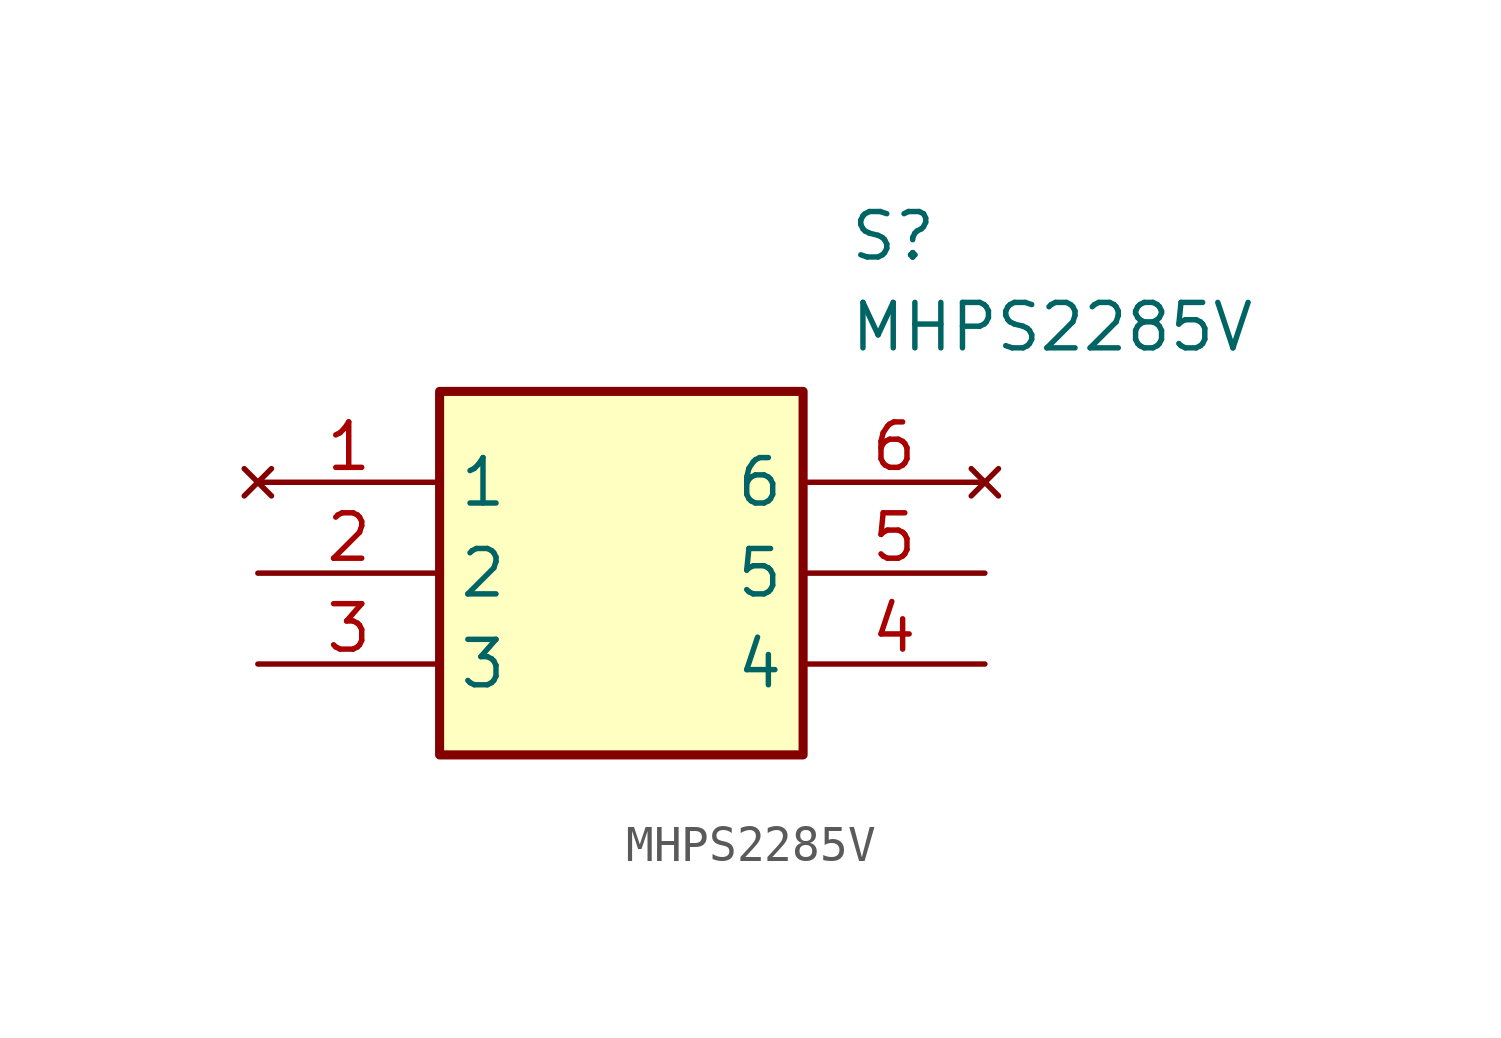
<source format=kicad_sym>
(kicad_symbol_lib
  (version 20241209)
  (generator "kicad_symbol_editor")
  (generator_version "9.0")
  (symbol "MHPS2285V"
    (property "Reference" "S"
      (at 16.51 7.62 0)
      (effects (font (size 1.27 1.27)) (justify left top)))
    (property "Value" "MHPS2285V"
      (at 16.51 5.08 0)
      (effects (font (size 1.27 1.27)) (justify left top)))
    (symbol "MHPS2285V_1_1"
      (rectangle (start 5.08 2.54) (end 15.24 -7.62) (stroke (width 0.254) (type default)) (fill (type background)))
      (pin no_connect line (at 0 0 0) (length 5.08) (name "1" (effects (font (size 1.27 1.27)))) (number "1" (effects (font (size 1.27 1.27)))))
      (pin input line (at 0 -2.54 0) (length 5.08) (name "2" (effects (font (size 1.27 1.27)))) (number "2" (effects (font (size 1.27 1.27)))))
      (pin output line (at 0 -5.08 0) (length 5.08) (name "3" (effects (font (size 1.27 1.27)))) (number "3" (effects (font (size 1.27 1.27)))))
      (pin no_connect line (at 20.32 0 180) (length 5.08) (name "6" (effects (font (size 1.27 1.27)))) (number "6" (effects (font (size 1.27 1.27)))))
      (pin input line (at 20.32 -2.54 180) (length 5.08) (name "5" (effects (font (size 1.27 1.27)))) (number "5" (effects (font (size 1.27 1.27)))))
      (pin output line (at 20.32 -5.08 180) (length 5.08) (name "4" (effects (font (size 1.27 1.27)))) (number "4" (effects (font (size 1.27 1.27))))))))
</source>
